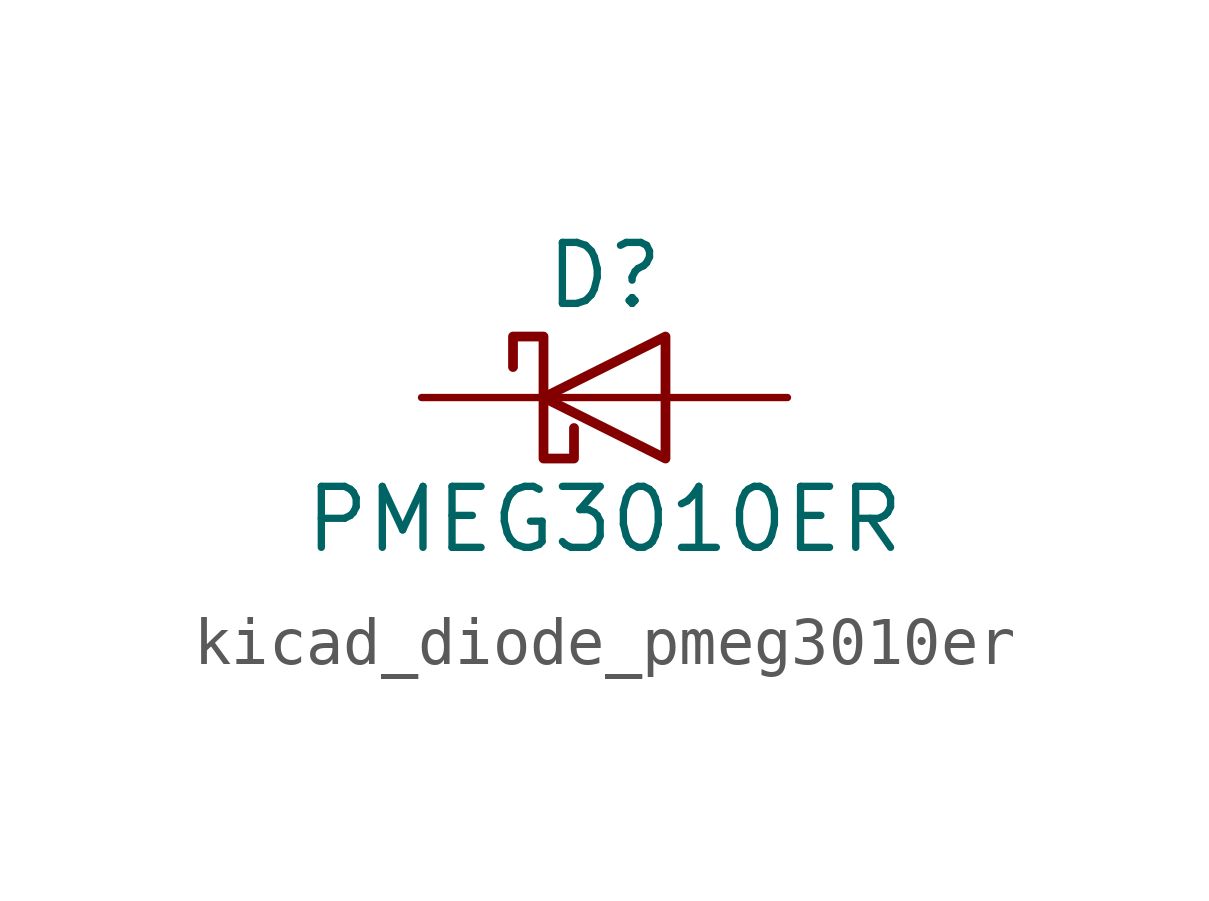
<source format=kicad_sym>
(kicad_symbol_lib
  (version 20220914)
  (generator kicad_symbol_editor)
  (symbol "kicad_diode_pmeg3010er"
    (pin_numbers hide)
    (pin_names hide)
    (property "Reference" "D"
      (at 0 2.54 0)
      (effects (font (size 1.27 1.27))))
    (property "Value" "PMEG3010ER"
      (at 0 -2.54 0)
      (effects (font (size 1.27 1.27))))
    (symbol "kicad_diode_pmeg3010er_0_1"
      (polyline (pts (xy 1.27 0) (xy -1.27 0)) (stroke (width 0) (type default)) (fill (type none)))
      (polyline (pts (xy 1.27 1.27) (xy 1.27 -1.27) (xy -1.27 0) (xy 1.27 1.27)) (stroke (width 0.203) (type default)) (fill (type none)))
      (polyline (pts (xy -1.905 0.635) (xy -1.905 1.27) (xy -1.27 1.27) (xy -1.27 -1.27) (xy -0.635 -1.27) (xy -0.635 -0.635)) (stroke (width 0.203) (type default)) (fill (type none))))
    (symbol "kicad_diode_pmeg3010er_1_1"
      (pin passive line (at -3.81 0 0) (length 2.54) (name "K" (effects (font (size 1.27 1.27)))) (number "1" (effects (font (size 1.27 1.27)))))
      (pin passive line (at 3.81 0 180) (length 2.54) (name "A" (effects (font (size 1.27 1.27)))) (number "2" (effects (font (size 1.27 1.27))))))))
</source>
